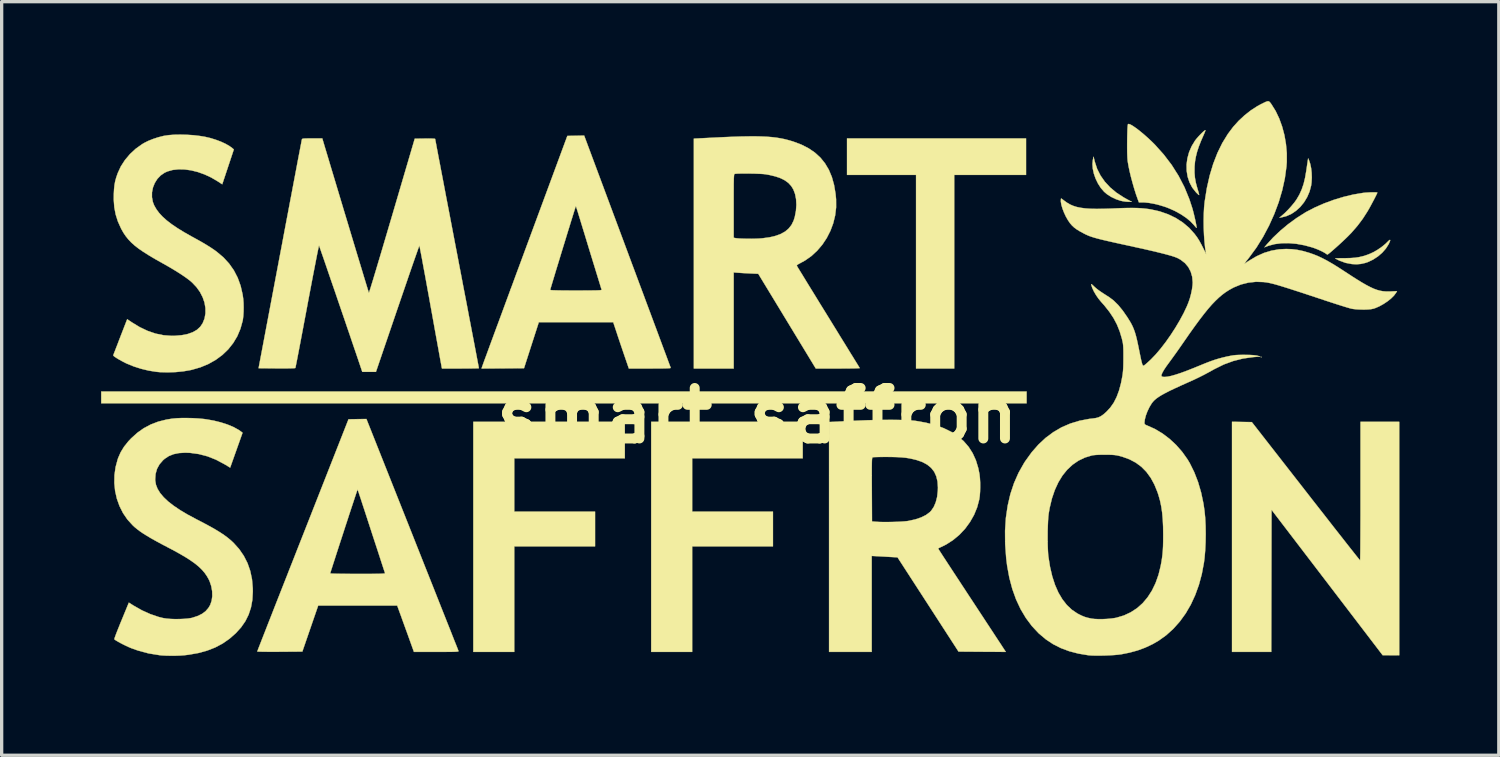
<source format=kicad_pcb>
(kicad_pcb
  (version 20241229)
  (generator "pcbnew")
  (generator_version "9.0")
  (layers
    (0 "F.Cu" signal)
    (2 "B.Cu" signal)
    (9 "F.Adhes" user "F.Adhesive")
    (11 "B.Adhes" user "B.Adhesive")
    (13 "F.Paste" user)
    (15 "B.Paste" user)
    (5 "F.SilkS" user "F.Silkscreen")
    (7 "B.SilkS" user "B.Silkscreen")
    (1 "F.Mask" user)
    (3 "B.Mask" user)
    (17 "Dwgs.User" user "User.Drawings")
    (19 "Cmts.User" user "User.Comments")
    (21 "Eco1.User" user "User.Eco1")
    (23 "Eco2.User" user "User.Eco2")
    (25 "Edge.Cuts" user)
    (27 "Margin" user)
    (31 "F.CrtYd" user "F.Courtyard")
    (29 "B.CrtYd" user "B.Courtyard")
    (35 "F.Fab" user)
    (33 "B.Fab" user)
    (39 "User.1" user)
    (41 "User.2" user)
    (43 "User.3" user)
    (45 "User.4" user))
  (footprint "smart_saffron"
    (layer "F.Cu")
    (at 19.8 9.492)
    (property "Reference" "smart_saffron" (at 0 0 0) (layer "F.SilkS") (effects (font (size 1.524 1.524) (thickness 0.3))))
    (attr through_hole)
    (fp_poly (pts (xy 8.128 -0.373) (xy -19.795 -0.373) (xy -19.795 -0.728) (xy 8.128 -0.728) (xy 8.128 -0.373)) (stroke (width 0.01) (type solid)) (fill yes) (layer "F.SilkS"))
    (fp_poly (pts (xy 15.217 -1.772) (xy 15.215 -1.762) (xy 15.206 -1.761) (xy 15.192 -1.767) (xy 15.195 -1.772) (xy 15.215 -1.774) (xy 15.217 -1.772)) (stroke (width 0.01) (type solid)) (fill yes) (layer "F.SilkS"))
    (fp_poly (pts (xy 8.111 -7.264) (xy 5.944 -7.264) (xy 5.944 -1.422) (xy 4.792 -1.422) (xy 4.792 -7.264) (xy 2.709 -7.264) (xy 2.709 -8.365) (xy 8.111 -8.365) (xy 8.111 -7.264)) (stroke (width 0.01) (type solid)) (fill yes) (layer "F.SilkS"))
    (fp_poly (pts (xy -3.996 1.287) (xy -7.332 1.287) (xy -7.332 2.896) (xy -4.894 2.896) (xy -4.894 3.945) (xy -7.332 3.945) (xy -7.332 7.129) (xy -8.568 7.129) (xy -8.568 0.186) (xy -3.996 0.186) (xy -3.996 1.287)) (stroke (width 0.01) (type solid)) (fill yes) (layer "F.SilkS"))
    (fp_poly (pts (xy 1.372 1.287) (xy -1.964 1.287) (xy -1.964 2.896) (xy 0.474 2.896) (xy 0.474 3.945) (xy -1.964 3.945) (xy -1.964 7.129) (xy -3.2 7.129) (xy -3.2 0.186) (xy 1.372 0.186) (xy 1.372 1.287)) (stroke (width 0.01) (type solid)) (fill yes) (layer "F.SilkS"))
    (fp_poly (pts (xy 10.186 -7.66) (xy 10.256 -7.446) (xy 10.358 -7.245) (xy 10.489 -7.058) (xy 10.651 -6.884) (xy 10.842 -6.725) (xy 11.063 -6.582) (xy 11.15 -6.533) (xy 11.303 -6.452) (xy 11.193 -6.453) (xy 11.117 -6.458) (xy 11.03 -6.471) (xy 10.96 -6.486) (xy 10.819 -6.534) (xy 10.68 -6.601) (xy 10.554 -6.682) (xy 10.466 -6.757) (xy 10.367 -6.871) (xy 10.282 -7.004) (xy 10.211 -7.15) (xy 10.158 -7.301) (xy 10.125 -7.452) (xy 10.115 -7.594) (xy 10.127 -7.715) (xy 10.148 -7.815) (xy 10.186 -7.66)) (stroke (width 0.01) (type solid)) (fill yes) (layer "F.SilkS"))
    (fp_poly (pts (xy 16.653 -7.697) (xy 16.687 -7.595) (xy 16.713 -7.469) (xy 16.729 -7.329) (xy 16.734 -7.184) (xy 16.727 -7.045) (xy 16.714 -6.945) (xy 16.667 -6.765) (xy 16.594 -6.595) (xy 16.5 -6.439) (xy 16.387 -6.3) (xy 16.258 -6.182) (xy 16.117 -6.087) (xy 15.967 -6.02) (xy 15.833 -5.986) (xy 15.756 -5.974) (xy 15.824 -6.029) (xy 15.919 -6.113) (xy 16.02 -6.214) (xy 16.118 -6.322) (xy 16.207 -6.43) (xy 16.275 -6.525) (xy 16.36 -6.671) (xy 16.429 -6.824) (xy 16.486 -6.99) (xy 16.531 -7.177) (xy 16.568 -7.391) (xy 16.569 -7.4) (xy 16.582 -7.487) (xy 16.594 -7.572) (xy 16.605 -7.642) (xy 16.61 -7.679) (xy 16.623 -7.764) (xy 16.653 -7.697)) (stroke (width 0.01) (type solid)) (fill yes) (layer "F.SilkS"))
    (fp_poly (pts (xy 19.1 -5.299) (xy 19.093 -5.267) (xy 19.068 -5.207) (xy 19.051 -5.172) (xy 18.968 -5.041) (xy 18.858 -4.916) (xy 18.728 -4.804) (xy 18.583 -4.709) (xy 18.43 -4.636) (xy 18.347 -4.608) (xy 18.214 -4.578) (xy 18.087 -4.567) (xy 17.948 -4.574) (xy 17.946 -4.574) (xy 17.751 -4.611) (xy 17.568 -4.678) (xy 17.54 -4.692) (xy 17.489 -4.718) (xy 17.454 -4.737) (xy 17.441 -4.746) (xy 17.457 -4.747) (xy 17.502 -4.748) (xy 17.569 -4.75) (xy 17.654 -4.75) (xy 17.733 -4.751) (xy 17.898 -4.755) (xy 18.038 -4.765) (xy 18.163 -4.784) (xy 18.284 -4.813) (xy 18.409 -4.853) (xy 18.468 -4.876) (xy 18.592 -4.932) (xy 18.722 -5.007) (xy 18.847 -5.094) (xy 18.956 -5.183) (xy 19.003 -5.229) (xy 19.055 -5.28) (xy 19.087 -5.303) (xy 19.1 -5.299)) (stroke (width 0.01) (type solid)) (fill yes) (layer "F.SilkS"))
    (fp_poly (pts (xy 14.625 0.19) (xy 14.924 0.195) (xy 16.551 2.281) (xy 16.733 2.515) (xy 16.91 2.741) (xy 17.081 2.959) (xy 17.243 3.167) (xy 17.396 3.363) (xy 17.539 3.545) (xy 17.672 3.714) (xy 17.791 3.866) (xy 17.897 4.001) (xy 17.989 4.117) (xy 18.065 4.213) (xy 18.124 4.287) (xy 18.165 4.338) (xy 18.187 4.364) (xy 18.191 4.368) (xy 18.192 4.352) (xy 18.194 4.303) (xy 18.195 4.225) (xy 18.197 4.119) (xy 18.198 3.988) (xy 18.199 3.832) (xy 18.2 3.656) (xy 18.201 3.459) (xy 18.202 3.245) (xy 18.203 3.016) (xy 18.203 2.772) (xy 18.203 2.518) (xy 18.203 2.278) (xy 18.203 0.186) (xy 19.372 0.186) (xy 19.372 7.231) (xy 18.872 7.229) (xy 17.196 5.035) (xy 15.519 2.841) (xy 15.515 4.985) (xy 15.511 7.129) (xy 14.326 7.129) (xy 14.326 0.185) (xy 14.625 0.19)) (stroke (width 0.01) (type solid)) (fill yes) (layer "F.SilkS"))
    (fp_poly (pts (xy 13.523 -8.615) (xy 13.521 -8.596) (xy 13.506 -8.555) (xy 13.483 -8.5) (xy 13.479 -8.49) (xy 13.392 -8.293) (xy 13.324 -8.119) (xy 13.272 -7.961) (xy 13.235 -7.813) (xy 13.21 -7.67) (xy 13.197 -7.526) (xy 13.196 -7.493) (xy 13.195 -7.329) (xy 13.207 -7.179) (xy 13.234 -7.029) (xy 13.278 -6.867) (xy 13.293 -6.817) (xy 13.314 -6.75) (xy 13.328 -6.696) (xy 13.334 -6.663) (xy 13.334 -6.656) (xy 13.319 -6.664) (xy 13.288 -6.691) (xy 13.246 -6.732) (xy 13.236 -6.743) (xy 13.126 -6.883) (xy 13.043 -7.04) (xy 12.987 -7.21) (xy 12.958 -7.39) (xy 12.955 -7.576) (xy 12.98 -7.764) (xy 13.031 -7.951) (xy 13.109 -8.132) (xy 13.214 -8.304) (xy 13.215 -8.304) (xy 13.253 -8.353) (xy 13.302 -8.41) (xy 13.355 -8.467) (xy 13.409 -8.522) (xy 13.457 -8.568) (xy 13.496 -8.601) (xy 13.519 -8.615) (xy 13.523 -8.615)) (stroke (width 0.01) (type solid)) (fill yes) (layer "F.SilkS"))
    (fp_poly (pts (xy 18.654 -6.739) (xy 18.696 -6.736) (xy 18.711 -6.731) (xy 18.704 -6.709) (xy 18.682 -6.663) (xy 18.65 -6.599) (xy 18.611 -6.522) (xy 18.566 -6.438) (xy 18.52 -6.351) (xy 18.475 -6.269) (xy 18.433 -6.196) (xy 18.415 -6.165) (xy 18.27 -5.939) (xy 18.112 -5.729) (xy 17.934 -5.524) (xy 17.836 -5.423) (xy 17.771 -5.359) (xy 17.695 -5.287) (xy 17.614 -5.211) (xy 17.53 -5.134) (xy 17.448 -5.061) (xy 17.372 -4.994) (xy 17.306 -4.937) (xy 17.253 -4.893) (xy 17.217 -4.867) (xy 17.205 -4.86) (xy 17.186 -4.87) (xy 17.162 -4.887) (xy 17.104 -4.924) (xy 17.023 -4.966) (xy 16.926 -5.01) (xy 16.822 -5.051) (xy 16.746 -5.077) (xy 16.506 -5.142) (xy 16.269 -5.185) (xy 16.038 -5.205) (xy 15.818 -5.202) (xy 15.613 -5.176) (xy 15.428 -5.127) (xy 15.386 -5.111) (xy 15.304 -5.079) (xy 15.377 -5.167) (xy 15.567 -5.375) (xy 15.785 -5.581) (xy 16.022 -5.779) (xy 16.273 -5.962) (xy 16.53 -6.125) (xy 16.565 -6.146) (xy 16.819 -6.278) (xy 17.096 -6.4) (xy 17.387 -6.508) (xy 17.685 -6.599) (xy 17.978 -6.67) (xy 18.26 -6.718) (xy 18.288 -6.722) (xy 18.358 -6.729) (xy 18.437 -6.734) (xy 18.518 -6.738) (xy 18.592 -6.739) (xy 18.654 -6.739)) (stroke (width 0.01) (type solid)) (fill yes) (layer "F.SilkS"))
    (fp_poly (pts (xy 11.253 -8.788) (xy 11.314 -8.755) (xy 11.391 -8.704) (xy 11.479 -8.64) (xy 11.577 -8.562) (xy 11.681 -8.475) (xy 11.788 -8.38) (xy 11.895 -8.28) (xy 11.999 -8.177) (xy 12.267 -7.878) (xy 12.506 -7.564) (xy 12.714 -7.235) (xy 12.892 -6.891) (xy 13.039 -6.531) (xy 13.13 -6.253) (xy 13.151 -6.175) (xy 13.174 -6.086) (xy 13.196 -5.993) (xy 13.217 -5.901) (xy 13.234 -5.816) (xy 13.248 -5.745) (xy 13.256 -5.693) (xy 13.257 -5.667) (xy 13.256 -5.665) (xy 13.244 -5.675) (xy 13.216 -5.705) (xy 13.179 -5.749) (xy 13.176 -5.753) (xy 13.072 -5.863) (xy 12.939 -5.972) (xy 12.784 -6.076) (xy 12.611 -6.172) (xy 12.427 -6.255) (xy 12.294 -6.305) (xy 12.135 -6.353) (xy 11.977 -6.392) (xy 11.827 -6.419) (xy 11.695 -6.433) (xy 11.644 -6.435) (xy 11.517 -6.435) (xy 11.484 -6.524) (xy 11.429 -6.679) (xy 11.375 -6.85) (xy 11.324 -7.028) (xy 11.276 -7.206) (xy 11.235 -7.377) (xy 11.203 -7.534) (xy 11.18 -7.668) (xy 11.175 -7.707) (xy 11.17 -7.771) (xy 11.166 -7.857) (xy 11.163 -7.96) (xy 11.162 -8.075) (xy 11.162 -8.196) (xy 11.163 -8.319) (xy 11.165 -8.437) (xy 11.168 -8.548) (xy 11.171 -8.644) (xy 11.176 -8.721) (xy 11.182 -8.773) (xy 11.187 -8.795) (xy 11.209 -8.802) (xy 11.253 -8.788)) (stroke (width 0.01) (type solid)) (fill yes) (layer "F.SilkS"))
    (fp_poly (pts (xy -3.921 -4.958) (xy -3.798 -4.627) (xy -3.677 -4.304) (xy -3.561 -3.991) (xy -3.448 -3.69) (xy -3.341 -3.401) (xy -3.238 -3.126) (xy -3.142 -2.867) (xy -3.051 -2.624) (xy -2.968 -2.4) (xy -2.892 -2.196) (xy -2.824 -2.013) (xy -2.764 -1.853) (xy -2.714 -1.718) (xy -2.673 -1.607) (xy -2.642 -1.524) (xy -2.621 -1.47) (xy -2.612 -1.445) (xy -2.612 -1.444) (xy -2.616 -1.438) (xy -2.636 -1.433) (xy -2.674 -1.43) (xy -2.733 -1.427) (xy -2.814 -1.425) (xy -2.922 -1.423) (xy -3.058 -1.423) (xy -3.225 -1.422) (xy -3.239 -1.422) (xy -3.874 -1.422) (xy -3.986 -1.748) (xy -4.028 -1.87) (xy -4.076 -2.012) (xy -4.127 -2.162) (xy -4.177 -2.311) (xy -4.222 -2.445) (xy -4.222 -2.447) (xy -4.346 -2.819) (xy -6.591 -2.819) (xy -6.815 -2.125) (xy -7.038 -1.431) (xy -7.678 -1.426) (xy -8.318 -1.422) (xy -8.308 -1.46) (xy -8.301 -1.48) (xy -8.283 -1.529) (xy -8.255 -1.608) (xy -8.216 -1.714) (xy -8.167 -1.845) (xy -8.11 -2.002) (xy -8.044 -2.181) (xy -7.97 -2.382) (xy -7.889 -2.602) (xy -7.8 -2.842) (xy -7.705 -3.099) (xy -7.605 -3.371) (xy -7.499 -3.658) (xy -7.449 -3.794) (xy -6.248 -3.794) (xy -6.233 -3.789) (xy -6.185 -3.785) (xy -6.104 -3.782) (xy -5.992 -3.779) (xy -5.846 -3.777) (xy -5.667 -3.776) (xy -5.468 -3.776) (xy -5.279 -3.776) (xy -5.121 -3.777) (xy -4.993 -3.778) (xy -4.891 -3.779) (xy -4.813 -3.781) (xy -4.757 -3.784) (xy -4.72 -3.788) (xy -4.7 -3.792) (xy -4.695 -3.797) (xy -4.695 -3.798) (xy -4.701 -3.817) (xy -4.717 -3.866) (xy -4.74 -3.942) (xy -4.771 -4.043) (xy -4.809 -4.167) (xy -4.853 -4.31) (xy -4.902 -4.47) (xy -4.956 -4.645) (xy -5.013 -4.831) (xy -5.073 -5.027) (xy -5.079 -5.046) (xy -5.15 -5.28) (xy -5.212 -5.484) (xy -5.266 -5.659) (xy -5.312 -5.809) (xy -5.35 -5.934) (xy -5.382 -6.037) (xy -5.407 -6.12) (xy -5.428 -6.186) (xy -5.443 -6.235) (xy -5.455 -6.271) (xy -5.463 -6.295) (xy -5.469 -6.31) (xy -5.472 -6.317) (xy -5.474 -6.319) (xy -5.475 -6.318) (xy -5.476 -6.315) (xy -5.477 -6.314) (xy -5.483 -6.297) (xy -5.498 -6.251) (xy -5.521 -6.178) (xy -5.551 -6.082) (xy -5.587 -5.965) (xy -5.629 -5.831) (xy -5.674 -5.683) (xy -5.724 -5.524) (xy -5.775 -5.356) (xy -5.828 -5.183) (xy -5.882 -5.008) (xy -5.935 -4.834) (xy -5.987 -4.663) (xy -6.037 -4.5) (xy -6.084 -4.346) (xy -6.126 -4.205) (xy -6.164 -4.079) (xy -6.196 -3.973) (xy -6.221 -3.889) (xy -6.239 -3.829) (xy -6.248 -3.798) (xy -6.248 -3.794) (xy -7.449 -3.794) (xy -7.388 -3.957) (xy -7.274 -4.268) (xy -7.155 -4.588) (xy -7.033 -4.918) (xy -7.014 -4.97) (xy -5.73 -8.441) (xy -5.476 -8.446) (xy -5.223 -8.451) (xy -3.921 -4.958)) (stroke (width 0.01) (type solid)) (fill yes) (layer "F.SilkS"))
    (fp_poly (pts (xy 4.255 0.129) (xy 4.437 0.134) (xy 4.594 0.141) (xy 4.722 0.151) (xy 4.781 0.158) (xy 5.092 0.213) (xy 5.374 0.286) (xy 5.629 0.379) (xy 5.856 0.49) (xy 6.057 0.621) (xy 6.231 0.772) (xy 6.379 0.943) (xy 6.501 1.135) (xy 6.598 1.348) (xy 6.669 1.582) (xy 6.707 1.77) (xy 6.719 1.883) (xy 6.727 2.016) (xy 6.728 2.157) (xy 6.724 2.297) (xy 6.714 2.424) (xy 6.699 2.528) (xy 6.636 2.766) (xy 6.542 2.995) (xy 6.419 3.211) (xy 6.272 3.412) (xy 6.101 3.594) (xy 5.91 3.753) (xy 5.702 3.887) (xy 5.588 3.945) (xy 5.529 3.972) (xy 5.483 3.994) (xy 5.459 4.005) (xy 5.456 4.006) (xy 5.465 4.02) (xy 5.49 4.061) (xy 5.532 4.126) (xy 5.588 4.213) (xy 5.658 4.32) (xy 5.74 4.446) (xy 5.833 4.588) (xy 5.936 4.745) (xy 6.047 4.914) (xy 6.164 5.093) (xy 6.288 5.281) (xy 6.301 5.302) (xy 6.43 5.498) (xy 6.557 5.691) (xy 6.68 5.879) (xy 6.798 6.058) (xy 6.908 6.226) (xy 7.01 6.381) (xy 7.102 6.521) (xy 7.181 6.642) (xy 7.247 6.742) (xy 7.297 6.818) (xy 7.326 6.862) (xy 7.5 7.129) (xy 6.787 7.125) (xy 6.074 7.12) (xy 5.154 5.698) (xy 4.233 4.276) (xy 4.034 4.265) (xy 3.929 4.259) (xy 3.81 4.252) (xy 3.697 4.246) (xy 3.645 4.243) (xy 3.454 4.233) (xy 3.454 7.129) (xy 2.167 7.129) (xy 2.167 1.676) (xy 3.457 1.676) (xy 3.457 1.814) (xy 3.457 1.981) (xy 3.458 2.179) (xy 3.458 2.23) (xy 3.463 3.192) (xy 3.598 3.203) (xy 3.693 3.208) (xy 3.808 3.21) (xy 3.938 3.21) (xy 4.074 3.208) (xy 4.208 3.204) (xy 4.335 3.198) (xy 4.445 3.19) (xy 4.533 3.181) (xy 4.564 3.176) (xy 4.768 3.131) (xy 4.943 3.072) (xy 5.089 3) (xy 5.205 2.914) (xy 5.248 2.87) (xy 5.326 2.756) (xy 5.386 2.616) (xy 5.428 2.452) (xy 5.449 2.266) (xy 5.452 2.167) (xy 5.44 1.987) (xy 5.402 1.829) (xy 5.339 1.692) (xy 5.248 1.576) (xy 5.13 1.479) (xy 4.984 1.4) (xy 4.809 1.339) (xy 4.806 1.338) (xy 4.692 1.31) (xy 4.583 1.287) (xy 4.472 1.27) (xy 4.353 1.259) (xy 4.218 1.251) (xy 4.062 1.247) (xy 3.929 1.246) (xy 3.812 1.246) (xy 3.706 1.247) (xy 3.615 1.249) (xy 3.544 1.251) (xy 3.498 1.254) (xy 3.484 1.257) (xy 3.478 1.261) (xy 3.472 1.27) (xy 3.468 1.285) (xy 3.464 1.311) (xy 3.461 1.349) (xy 3.459 1.402) (xy 3.458 1.472) (xy 3.457 1.562) (xy 3.457 1.676) (xy 2.167 1.676) (xy 2.167 0.192) (xy 2.815 0.16) (xy 3.08 0.148) (xy 3.339 0.138) (xy 3.59 0.132) (xy 3.828 0.128) (xy 4.051 0.127) (xy 4.255 0.129)) (stroke (width 0.01) (type solid)) (fill yes) (layer "F.SilkS"))
    (fp_poly (pts (xy 0.118 -8.424) (xy 0.283 -8.417) (xy 0.434 -8.405) (xy 0.573 -8.389) (xy 0.702 -8.368) (xy 0.826 -8.343) (xy 0.946 -8.312) (xy 1.065 -8.277) (xy 1.09 -8.269) (xy 1.334 -8.177) (xy 1.551 -8.066) (xy 1.741 -7.936) (xy 1.906 -7.785) (xy 2.045 -7.613) (xy 2.16 -7.419) (xy 2.251 -7.202) (xy 2.318 -6.961) (xy 2.363 -6.695) (xy 2.379 -6.527) (xy 2.38 -6.284) (xy 2.351 -6.043) (xy 2.293 -5.806) (xy 2.208 -5.578) (xy 2.098 -5.362) (xy 1.965 -5.161) (xy 1.81 -4.979) (xy 1.636 -4.818) (xy 1.445 -4.683) (xy 1.316 -4.612) (xy 1.246 -4.575) (xy 1.204 -4.546) (xy 1.193 -4.526) (xy 1.193 -4.525) (xy 1.203 -4.508) (xy 1.229 -4.464) (xy 1.271 -4.395) (xy 1.328 -4.303) (xy 1.397 -4.19) (xy 1.478 -4.057) (xy 1.57 -3.907) (xy 1.672 -3.742) (xy 1.782 -3.563) (xy 1.899 -3.372) (xy 2.023 -3.172) (xy 2.144 -2.976) (xy 2.272 -2.768) (xy 2.395 -2.569) (xy 2.511 -2.379) (xy 2.621 -2.202) (xy 2.722 -2.038) (xy 2.813 -1.889) (xy 2.894 -1.759) (xy 2.962 -1.648) (xy 3.018 -1.558) (xy 3.059 -1.491) (xy 3.084 -1.45) (xy 3.093 -1.435) (xy 3.079 -1.432) (xy 3.034 -1.43) (xy 2.962 -1.427) (xy 2.867 -1.425) (xy 2.753 -1.424) (xy 2.622 -1.423) (xy 2.479 -1.422) (xy 2.434 -1.422) (xy 1.767 -1.422) (xy 0.031 -4.28) (xy -0.209 -4.291) (xy -0.31 -4.296) (xy -0.412 -4.301) (xy -0.504 -4.307) (xy -0.574 -4.312) (xy -0.58 -4.312) (xy -0.711 -4.322) (xy -0.711 -1.422) (xy -1.913 -1.422) (xy -1.913 -6.325) (xy -0.711 -6.325) (xy -0.711 -5.369) (xy -0.673 -5.36) (xy -0.617 -5.352) (xy -0.533 -5.345) (xy -0.43 -5.341) (xy -0.314 -5.338) (xy -0.193 -5.338) (xy -0.073 -5.339) (xy 0.038 -5.343) (xy 0.134 -5.35) (xy 0.155 -5.352) (xy 0.37 -5.381) (xy 0.555 -5.425) (xy 0.712 -5.483) (xy 0.844 -5.557) (xy 0.95 -5.648) (xy 1.035 -5.757) (xy 1.098 -5.886) (xy 1.133 -5.997) (xy 1.168 -6.18) (xy 1.181 -6.36) (xy 1.172 -6.532) (xy 1.141 -6.689) (xy 1.09 -6.825) (xy 1.024 -6.931) (xy 0.94 -7.022) (xy 0.835 -7.099) (xy 0.707 -7.164) (xy 0.552 -7.218) (xy 0.369 -7.262) (xy 0.246 -7.284) (xy 0.192 -7.29) (xy 0.116 -7.295) (xy 0.021 -7.299) (xy -0.085 -7.303) (xy -0.198 -7.305) (xy -0.311 -7.306) (xy -0.418 -7.306) (xy -0.515 -7.305) (xy -0.595 -7.303) (xy -0.653 -7.299) (xy -0.682 -7.295) (xy -0.688 -7.29) (xy -0.693 -7.281) (xy -0.698 -7.265) (xy -0.701 -7.239) (xy -0.704 -7.2) (xy -0.707 -7.146) (xy -0.708 -7.075) (xy -0.71 -6.983) (xy -0.71 -6.867) (xy -0.711 -6.727) (xy -0.711 -6.558) (xy -0.711 -6.358) (xy -0.711 -6.325) (xy -1.913 -6.325) (xy -1.913 -8.359) (xy -1.333 -8.388) (xy -1.023 -8.403) (xy -0.744 -8.415) (xy -0.493 -8.423) (xy -0.268 -8.427) (xy -0.065 -8.428) (xy 0.118 -8.424)) (stroke (width 0.01) (type solid)) (fill yes) (layer "F.SilkS"))
    (fp_poly (pts (xy -10.409 3.585) (xy -10.279 3.914) (xy -10.151 4.236) (xy -10.028 4.547) (xy -9.908 4.848) (xy -9.794 5.135) (xy -9.685 5.41) (xy -9.583 5.668) (xy -9.487 5.91) (xy -9.398 6.134) (xy -9.317 6.338) (xy -9.244 6.521) (xy -9.181 6.682) (xy -9.127 6.819) (xy -9.082 6.93) (xy -9.049 7.014) (xy -9.027 7.071) (xy -9.016 7.097) (xy -9.016 7.099) (xy -9.014 7.107) (xy -9.019 7.113) (xy -9.033 7.118) (xy -9.058 7.121) (xy -9.098 7.124) (xy -9.157 7.126) (xy -9.235 7.128) (xy -9.338 7.128) (xy -9.468 7.129) (xy -9.628 7.129) (xy -9.682 7.129) (xy -10.359 7.129) (xy -10.525 6.668) (xy -10.573 6.534) (xy -10.623 6.397) (xy -10.671 6.265) (xy -10.715 6.143) (xy -10.752 6.039) (xy -10.778 5.969) (xy -10.864 5.732) (xy -13.249 5.732) (xy -13.488 6.426) (xy -13.727 7.12) (xy -14.407 7.125) (xy -14.555 7.126) (xy -14.692 7.126) (xy -14.815 7.125) (xy -14.919 7.124) (xy -15.001 7.122) (xy -15.057 7.12) (xy -15.085 7.117) (xy -15.087 7.116) (xy -15.081 7.1) (xy -15.063 7.053) (xy -15.034 6.977) (xy -14.994 6.875) (xy -14.944 6.746) (xy -14.884 6.593) (xy -14.815 6.417) (xy -14.738 6.22) (xy -14.652 6.002) (xy -14.56 5.766) (xy -14.46 5.512) (xy -14.354 5.243) (xy -14.242 4.959) (xy -14.164 4.76) (xy -12.886 4.76) (xy -12.87 4.763) (xy -12.822 4.766) (xy -12.745 4.769) (xy -12.642 4.771) (xy -12.515 4.773) (xy -12.366 4.774) (xy -12.199 4.775) (xy -12.055 4.775) (xy -11.861 4.775) (xy -11.699 4.775) (xy -11.566 4.774) (xy -11.459 4.773) (xy -11.377 4.771) (xy -11.315 4.768) (xy -11.272 4.765) (xy -11.246 4.762) (xy -11.234 4.757) (xy -11.232 4.753) (xy -11.238 4.733) (xy -11.255 4.684) (xy -11.28 4.608) (xy -11.313 4.507) (xy -11.353 4.384) (xy -11.399 4.242) (xy -11.451 4.082) (xy -11.508 3.908) (xy -11.569 3.723) (xy -11.633 3.527) (xy -11.64 3.504) (xy -11.716 3.271) (xy -11.782 3.068) (xy -11.839 2.893) (xy -11.888 2.744) (xy -11.929 2.619) (xy -11.962 2.516) (xy -11.99 2.433) (xy -12.012 2.367) (xy -12.028 2.317) (xy -12.041 2.281) (xy -12.049 2.257) (xy -12.055 2.242) (xy -12.059 2.234) (xy -12.061 2.232) (xy -12.062 2.233) (xy -12.063 2.236) (xy -12.064 2.237) (xy -12.07 2.254) (xy -12.086 2.3) (xy -12.11 2.372) (xy -12.142 2.468) (xy -12.18 2.584) (xy -12.224 2.717) (xy -12.273 2.865) (xy -12.325 3.023) (xy -12.379 3.19) (xy -12.436 3.363) (xy -12.492 3.537) (xy -12.549 3.711) (xy -12.605 3.882) (xy -12.658 4.046) (xy -12.708 4.2) (xy -12.753 4.341) (xy -12.794 4.467) (xy -12.828 4.574) (xy -12.856 4.66) (xy -12.875 4.721) (xy -12.885 4.754) (xy -12.886 4.76) (xy -14.164 4.76) (xy -14.126 4.662) (xy -14.004 4.354) (xy -13.879 4.035) (xy -13.75 3.708) (xy -13.71 3.607) (xy -12.334 0.11) (xy -12.063 0.105) (xy -11.793 0.101) (xy -10.409 3.585)) (stroke (width 0.01) (type solid)) (fill yes) (layer "F.SilkS"))
    (fp_poly (pts (xy -17.209 -8.475) (xy -17.01 -8.462) (xy -16.817 -8.439) (xy -16.665 -8.414) (xy -16.503 -8.376) (xy -16.341 -8.326) (xy -16.186 -8.268) (xy -16.045 -8.203) (xy -15.925 -8.134) (xy -15.839 -8.071) (xy -15.794 -8.033) (xy -15.969 -7.507) (xy -16.144 -6.981) (xy -16.285 -7.073) (xy -16.479 -7.187) (xy -16.68 -7.28) (xy -16.882 -7.352) (xy -17.083 -7.402) (xy -17.278 -7.429) (xy -17.465 -7.433) (xy -17.638 -7.414) (xy -17.795 -7.37) (xy -17.882 -7.331) (xy -18.003 -7.248) (xy -18.103 -7.142) (xy -18.181 -7.018) (xy -18.235 -6.882) (xy -18.264 -6.738) (xy -18.265 -6.592) (xy -18.238 -6.448) (xy -18.197 -6.342) (xy -18.13 -6.226) (xy -18.047 -6.114) (xy -17.944 -6.003) (xy -17.819 -5.891) (xy -17.671 -5.777) (xy -17.497 -5.659) (xy -17.295 -5.535) (xy -17.062 -5.403) (xy -17.042 -5.392) (xy -16.869 -5.297) (xy -16.721 -5.213) (xy -16.595 -5.137) (xy -16.484 -5.067) (xy -16.385 -5) (xy -16.312 -4.947) (xy -16.11 -4.777) (xy -15.938 -4.59) (xy -15.793 -4.384) (xy -15.677 -4.16) (xy -15.589 -3.917) (xy -15.529 -3.655) (xy -15.51 -3.521) (xy -15.501 -3.404) (xy -15.498 -3.273) (xy -15.5 -3.138) (xy -15.508 -3.01) (xy -15.521 -2.9) (xy -15.528 -2.862) (xy -15.595 -2.621) (xy -15.69 -2.396) (xy -15.814 -2.189) (xy -15.964 -2) (xy -16.139 -1.832) (xy -16.338 -1.685) (xy -16.559 -1.56) (xy -16.801 -1.459) (xy -17.064 -1.383) (xy -17.104 -1.374) (xy -17.32 -1.337) (xy -17.553 -1.314) (xy -17.792 -1.306) (xy -18.021 -1.312) (xy -18.136 -1.323) (xy -18.363 -1.359) (xy -18.595 -1.415) (xy -18.82 -1.487) (xy -19.028 -1.572) (xy -19.074 -1.595) (xy -19.169 -1.644) (xy -19.256 -1.692) (xy -19.33 -1.737) (xy -19.388 -1.775) (xy -19.423 -1.804) (xy -19.433 -1.82) (xy -19.426 -1.84) (xy -19.408 -1.887) (xy -19.38 -1.958) (xy -19.345 -2.049) (xy -19.303 -2.157) (xy -19.257 -2.278) (xy -19.22 -2.374) (xy -19.012 -2.91) (xy -18.876 -2.818) (xy -18.634 -2.671) (xy -18.394 -2.557) (xy -18.154 -2.475) (xy -17.914 -2.426) (xy -17.67 -2.408) (xy -17.568 -2.41) (xy -17.362 -2.428) (xy -17.183 -2.464) (xy -17.032 -2.518) (xy -16.907 -2.59) (xy -16.808 -2.681) (xy -16.735 -2.788) (xy -16.677 -2.933) (xy -16.65 -3.088) (xy -16.651 -3.249) (xy -16.679 -3.412) (xy -16.735 -3.574) (xy -16.816 -3.731) (xy -16.922 -3.879) (xy -17.051 -4.015) (xy -17.098 -4.057) (xy -17.221 -4.152) (xy -17.369 -4.254) (xy -17.545 -4.366) (xy -17.749 -4.488) (xy -17.956 -4.605) (xy -18.173 -4.727) (xy -18.361 -4.839) (xy -18.524 -4.942) (xy -18.665 -5.039) (xy -18.785 -5.132) (xy -18.888 -5.224) (xy -18.977 -5.318) (xy -19.055 -5.415) (xy -19.124 -5.517) (xy -19.187 -5.628) (xy -19.201 -5.656) (xy -19.294 -5.863) (xy -19.36 -6.072) (xy -19.401 -6.289) (xy -19.418 -6.521) (xy -19.416 -6.689) (xy -19.408 -6.836) (xy -19.395 -6.961) (xy -19.374 -7.074) (xy -19.343 -7.186) (xy -19.301 -7.307) (xy -19.299 -7.314) (xy -19.204 -7.52) (xy -19.079 -7.714) (xy -18.928 -7.893) (xy -18.754 -8.054) (xy -18.559 -8.193) (xy -18.5 -8.228) (xy -18.379 -8.289) (xy -18.235 -8.347) (xy -18.081 -8.398) (xy -17.928 -8.437) (xy -17.907 -8.442) (xy -17.762 -8.464) (xy -17.593 -8.477) (xy -17.406 -8.48) (xy -17.209 -8.475)) (stroke (width 0.01) (type solid)) (fill yes) (layer "F.SilkS"))
    (fp_poly (pts (xy -17.029 0.076) (xy -16.857 0.086) (xy -16.697 0.101) (xy -16.631 0.11) (xy -16.402 0.15) (xy -16.185 0.204) (xy -15.986 0.268) (xy -15.807 0.343) (xy -15.655 0.426) (xy -15.567 0.488) (xy -15.531 0.516) (xy -15.718 1.043) (xy -15.905 1.569) (xy -16.079 1.464) (xy -16.333 1.329) (xy -16.591 1.227) (xy -16.852 1.159) (xy -17.115 1.123) (xy -17.264 1.118) (xy -17.449 1.129) (xy -17.611 1.162) (xy -17.754 1.219) (xy -17.879 1.301) (xy -17.933 1.348) (xy -18.038 1.47) (xy -18.112 1.606) (xy -18.155 1.756) (xy -18.167 1.919) (xy -18.166 1.959) (xy -18.144 2.085) (xy -18.095 2.21) (xy -18.018 2.335) (xy -17.912 2.461) (xy -17.777 2.589) (xy -17.611 2.718) (xy -17.414 2.851) (xy -17.185 2.987) (xy -16.924 3.127) (xy -16.891 3.144) (xy -16.679 3.254) (xy -16.495 3.353) (xy -16.336 3.444) (xy -16.198 3.529) (xy -16.078 3.61) (xy -15.972 3.689) (xy -15.878 3.768) (xy -15.806 3.835) (xy -15.634 4.026) (xy -15.493 4.231) (xy -15.381 4.451) (xy -15.299 4.686) (xy -15.246 4.938) (xy -15.223 5.207) (xy -15.221 5.309) (xy -15.235 5.558) (xy -15.277 5.789) (xy -15.347 6.002) (xy -15.446 6.202) (xy -15.575 6.388) (xy -15.734 6.564) (xy -15.926 6.733) (xy -16.132 6.876) (xy -16.356 6.995) (xy -16.6 7.09) (xy -16.865 7.163) (xy -17.155 7.214) (xy -17.286 7.23) (xy -17.408 7.239) (xy -17.548 7.244) (xy -17.696 7.245) (xy -17.84 7.242) (xy -17.968 7.235) (xy -18.034 7.228) (xy -18.368 7.174) (xy -18.69 7.087) (xy -18.889 7.016) (xy -18.963 6.985) (xy -19.045 6.947) (xy -19.131 6.905) (xy -19.214 6.862) (xy -19.288 6.821) (xy -19.348 6.786) (xy -19.387 6.759) (xy -19.4 6.746) (xy -19.396 6.726) (xy -19.38 6.678) (xy -19.354 6.607) (xy -19.319 6.516) (xy -19.276 6.408) (xy -19.228 6.288) (xy -19.185 6.184) (xy -18.962 5.642) (xy -18.816 5.734) (xy -18.569 5.874) (xy -18.316 5.988) (xy -18.064 6.074) (xy -17.932 6.107) (xy -17.831 6.123) (xy -17.708 6.134) (xy -17.572 6.139) (xy -17.431 6.138) (xy -17.295 6.132) (xy -17.172 6.121) (xy -17.071 6.105) (xy -17.045 6.098) (xy -16.884 6.045) (xy -16.752 5.98) (xy -16.646 5.901) (xy -16.562 5.804) (xy -16.507 5.712) (xy -16.464 5.588) (xy -16.444 5.448) (xy -16.448 5.297) (xy -16.475 5.145) (xy -16.525 4.997) (xy -16.545 4.953) (xy -16.603 4.848) (xy -16.671 4.749) (xy -16.752 4.654) (xy -16.848 4.56) (xy -16.962 4.466) (xy -17.097 4.37) (xy -17.254 4.269) (xy -17.438 4.162) (xy -17.649 4.046) (xy -17.755 3.991) (xy -17.958 3.884) (xy -18.134 3.789) (xy -18.286 3.704) (xy -18.416 3.627) (xy -18.528 3.557) (xy -18.625 3.491) (xy -18.71 3.427) (xy -18.787 3.364) (xy -18.848 3.307) (xy -19.005 3.134) (xy -19.137 2.941) (xy -19.243 2.731) (xy -19.323 2.508) (xy -19.376 2.275) (xy -19.4 2.036) (xy -19.396 1.794) (xy -19.362 1.553) (xy -19.298 1.316) (xy -19.285 1.278) (xy -19.209 1.105) (xy -19.107 0.938) (xy -18.977 0.775) (xy -18.89 0.683) (xy -18.705 0.516) (xy -18.51 0.378) (xy -18.301 0.267) (xy -18.075 0.181) (xy -17.828 0.119) (xy -17.655 0.091) (xy -17.526 0.079) (xy -17.372 0.072) (xy -17.203 0.072) (xy -17.029 0.076)) (stroke (width 0.01) (type solid)) (fill yes) (layer "F.SilkS"))
    (fp_poly (pts (xy -13.101 -8.285) (xy -13.054 -8.126) (xy -13.001 -7.95) (xy -12.943 -7.757) (xy -12.881 -7.549) (xy -12.815 -7.33) (xy -12.746 -7.101) (xy -12.675 -6.864) (xy -12.602 -6.621) (xy -12.528 -6.375) (xy -12.454 -6.128) (xy -12.379 -5.881) (xy -12.306 -5.638) (xy -12.234 -5.399) (xy -12.164 -5.167) (xy -12.097 -4.945) (xy -12.033 -4.734) (xy -11.973 -4.537) (xy -11.918 -4.355) (xy -11.869 -4.192) (xy -11.825 -4.048) (xy -11.788 -3.927) (xy -11.758 -3.829) (xy -11.736 -3.758) (xy -11.723 -3.716) (xy -11.718 -3.704) (xy -11.713 -3.718) (xy -11.698 -3.764) (xy -11.674 -3.838) (xy -11.643 -3.939) (xy -11.604 -4.065) (xy -11.559 -4.215) (xy -11.507 -4.387) (xy -11.45 -4.578) (xy -11.387 -4.788) (xy -11.32 -5.013) (xy -11.249 -5.254) (xy -11.174 -5.507) (xy -11.096 -5.771) (xy -11.021 -6.024) (xy -10.335 -8.357) (xy -10.028 -8.361) (xy -9.919 -8.362) (xy -9.831 -8.361) (xy -9.766 -8.358) (xy -9.728 -8.354) (xy -9.72 -8.35) (xy -9.717 -8.332) (xy -9.707 -8.282) (xy -9.692 -8.203) (xy -9.672 -8.094) (xy -9.646 -7.959) (xy -9.616 -7.798) (xy -9.58 -7.613) (xy -9.541 -7.406) (xy -9.497 -7.178) (xy -9.45 -6.931) (xy -9.4 -6.666) (xy -9.346 -6.385) (xy -9.289 -6.089) (xy -9.23 -5.78) (xy -9.169 -5.46) (xy -9.106 -5.13) (xy -9.059 -4.887) (xy -8.995 -4.551) (xy -8.932 -4.224) (xy -8.872 -3.907) (xy -8.813 -3.602) (xy -8.757 -3.311) (xy -8.705 -3.034) (xy -8.655 -2.775) (xy -8.609 -2.533) (xy -8.566 -2.311) (xy -8.528 -2.111) (xy -8.494 -1.933) (xy -8.465 -1.779) (xy -8.441 -1.652) (xy -8.422 -1.552) (xy -8.408 -1.481) (xy -8.401 -1.441) (xy -8.399 -1.432) (xy -8.415 -1.429) (xy -8.461 -1.427) (xy -8.534 -1.426) (xy -8.628 -1.424) (xy -8.74 -1.423) (xy -8.866 -1.423) (xy -8.956 -1.422) (xy -9.513 -1.422) (xy -9.522 -1.46) (xy -9.526 -1.482) (xy -9.535 -1.535) (xy -9.55 -1.616) (xy -9.57 -1.724) (xy -9.594 -1.857) (xy -9.622 -2.013) (xy -9.654 -2.188) (xy -9.689 -2.381) (xy -9.727 -2.59) (xy -9.767 -2.813) (xy -9.809 -3.047) (xy -9.853 -3.29) (xy -9.858 -3.315) (xy -9.901 -3.558) (xy -9.944 -3.791) (xy -9.984 -4.013) (xy -10.022 -4.221) (xy -10.058 -4.413) (xy -10.09 -4.587) (xy -10.118 -4.741) (xy -10.143 -4.872) (xy -10.164 -4.979) (xy -10.179 -5.059) (xy -10.19 -5.11) (xy -10.195 -5.131) (xy -10.195 -5.131) (xy -10.202 -5.115) (xy -10.219 -5.069) (xy -10.245 -4.995) (xy -10.28 -4.895) (xy -10.324 -4.771) (xy -10.375 -4.625) (xy -10.433 -4.458) (xy -10.497 -4.273) (xy -10.566 -4.071) (xy -10.64 -3.856) (xy -10.718 -3.628) (xy -10.8 -3.389) (xy -10.856 -3.226) (xy -11.506 -1.321) (xy -11.918 -1.321) (xy -11.968 -1.469) (xy -12.009 -1.591) (xy -12.057 -1.733) (xy -12.111 -1.892) (xy -12.171 -2.067) (xy -12.235 -2.255) (xy -12.302 -2.454) (xy -12.373 -2.66) (xy -12.445 -2.873) (xy -12.519 -3.088) (xy -12.593 -3.305) (xy -12.667 -3.521) (xy -12.739 -3.733) (xy -12.81 -3.938) (xy -12.878 -4.135) (xy -12.942 -4.322) (xy -13.001 -4.495) (xy -13.055 -4.652) (xy -13.103 -4.792) (xy -13.145 -4.911) (xy -13.178 -5.007) (xy -13.203 -5.078) (xy -13.218 -5.121) (xy -13.224 -5.135) (xy -13.228 -5.12) (xy -13.238 -5.074) (xy -13.254 -4.999) (xy -13.275 -4.897) (xy -13.3 -4.771) (xy -13.329 -4.621) (xy -13.362 -4.451) (xy -13.399 -4.262) (xy -13.438 -4.056) (xy -13.48 -3.836) (xy -13.524 -3.604) (xy -13.57 -3.362) (xy -13.581 -3.3) (xy -13.627 -3.055) (xy -13.672 -2.819) (xy -13.714 -2.594) (xy -13.754 -2.383) (xy -13.791 -2.188) (xy -13.825 -2.01) (xy -13.855 -1.853) (xy -13.881 -1.717) (xy -13.903 -1.606) (xy -13.92 -1.521) (xy -13.931 -1.465) (xy -13.937 -1.439) (xy -13.937 -1.438) (xy -13.956 -1.434) (xy -14.006 -1.43) (xy -14.084 -1.428) (xy -14.187 -1.426) (xy -14.311 -1.426) (xy -14.454 -1.426) (xy -14.497 -1.426) (xy -15.047 -1.431) (xy -14.399 -4.86) (xy -14.335 -5.196) (xy -14.274 -5.523) (xy -14.214 -5.84) (xy -14.156 -6.145) (xy -14.101 -6.437) (xy -14.048 -6.714) (xy -13.999 -6.975) (xy -13.953 -7.217) (xy -13.911 -7.44) (xy -13.873 -7.642) (xy -13.839 -7.82) (xy -13.809 -7.975) (xy -13.785 -8.103) (xy -13.765 -8.204) (xy -13.752 -8.276) (xy -13.744 -8.317) (xy -13.742 -8.327) (xy -13.737 -8.341) (xy -13.729 -8.35) (xy -13.712 -8.357) (xy -13.681 -8.361) (xy -13.632 -8.364) (xy -13.56 -8.365) (xy -13.46 -8.365) (xy -13.428 -8.365) (xy -13.125 -8.365) (xy -13.101 -8.285)) (stroke (width 0.01) (type solid)) (fill yes) (layer "F.SilkS"))
    (fp_poly (pts (xy 15.454 -9.473) (xy 15.48 -9.445) (xy 15.511 -9.403) (xy 15.519 -9.391) (xy 15.644 -9.19) (xy 15.751 -8.965) (xy 15.839 -8.721) (xy 15.908 -8.462) (xy 15.954 -8.194) (xy 15.979 -7.923) (xy 15.979 -7.653) (xy 15.969 -7.518) (xy 15.921 -7.164) (xy 15.842 -6.804) (xy 15.735 -6.442) (xy 15.601 -6.084) (xy 15.443 -5.733) (xy 15.263 -5.394) (xy 15.063 -5.072) (xy 14.844 -4.773) (xy 14.823 -4.746) (xy 14.773 -4.683) (xy 14.734 -4.632) (xy 14.709 -4.598) (xy 14.701 -4.583) (xy 14.702 -4.584) (xy 14.726 -4.599) (xy 14.769 -4.628) (xy 14.824 -4.664) (xy 14.842 -4.676) (xy 15.067 -4.809) (xy 15.291 -4.91) (xy 15.518 -4.979) (xy 15.75 -5.019) (xy 15.96 -5.029) (xy 16.13 -5.023) (xy 16.294 -5.003) (xy 16.462 -4.968) (xy 16.647 -4.915) (xy 16.666 -4.909) (xy 16.792 -4.865) (xy 16.919 -4.814) (xy 17.05 -4.752) (xy 17.19 -4.679) (xy 17.343 -4.591) (xy 17.513 -4.487) (xy 17.704 -4.363) (xy 17.743 -4.338) (xy 17.937 -4.211) (xy 18.107 -4.103) (xy 18.256 -4.012) (xy 18.387 -3.937) (xy 18.503 -3.877) (xy 18.607 -3.829) (xy 18.703 -3.794) (xy 18.793 -3.769) (xy 18.881 -3.754) (xy 18.969 -3.747) (xy 19.061 -3.746) (xy 19.122 -3.748) (xy 19.305 -3.757) (xy 19.275 -3.705) (xy 19.213 -3.622) (xy 19.125 -3.535) (xy 19.018 -3.449) (xy 18.899 -3.37) (xy 18.774 -3.3) (xy 18.65 -3.246) (xy 18.594 -3.228) (xy 18.522 -3.213) (xy 18.426 -3.204) (xy 18.314 -3.2) (xy 18.197 -3.202) (xy 18.082 -3.208) (xy 17.98 -3.219) (xy 17.936 -3.227) (xy 17.891 -3.238) (xy 17.818 -3.259) (xy 17.722 -3.288) (xy 17.607 -3.324) (xy 17.477 -3.365) (xy 17.336 -3.411) (xy 17.188 -3.459) (xy 17.145 -3.473) (xy 16.879 -3.562) (xy 16.643 -3.64) (xy 16.435 -3.709) (xy 16.252 -3.768) (xy 16.092 -3.82) (xy 15.953 -3.864) (xy 15.834 -3.901) (xy 15.731 -3.932) (xy 15.642 -3.958) (xy 15.566 -3.978) (xy 15.499 -3.994) (xy 15.441 -4.007) (xy 15.388 -4.017) (xy 15.338 -4.024) (xy 15.29 -4.03) (xy 15.285 -4.031) (xy 15.051 -4.039) (xy 14.819 -4.014) (xy 14.593 -3.957) (xy 14.376 -3.868) (xy 14.352 -3.855) (xy 14.243 -3.795) (xy 14.139 -3.729) (xy 14.036 -3.653) (xy 13.933 -3.566) (xy 13.828 -3.466) (xy 13.718 -3.352) (xy 13.603 -3.22) (xy 13.48 -3.068) (xy 13.348 -2.896) (xy 13.204 -2.7) (xy 13.046 -2.479) (xy 12.895 -2.261) (xy 12.811 -2.14) (xy 12.726 -2.018) (xy 12.643 -1.9) (xy 12.565 -1.792) (xy 12.498 -1.699) (xy 12.445 -1.627) (xy 12.438 -1.617) (xy 12.348 -1.494) (xy 12.278 -1.39) (xy 12.229 -1.305) (xy 12.201 -1.241) (xy 12.196 -1.201) (xy 12.197 -1.197) (xy 12.213 -1.179) (xy 12.248 -1.17) (xy 12.3 -1.168) (xy 12.382 -1.176) (xy 12.49 -1.198) (xy 12.623 -1.236) (xy 12.782 -1.288) (xy 12.969 -1.357) (xy 13.184 -1.442) (xy 13.338 -1.505) (xy 13.511 -1.576) (xy 13.661 -1.634) (xy 13.795 -1.681) (xy 13.921 -1.72) (xy 14.045 -1.753) (xy 14.176 -1.784) (xy 14.203 -1.789) (xy 14.292 -1.807) (xy 14.369 -1.82) (xy 14.444 -1.828) (xy 14.526 -1.832) (xy 14.625 -1.834) (xy 14.707 -1.834) (xy 14.859 -1.832) (xy 14.977 -1.825) (xy 15.062 -1.815) (xy 15.088 -1.809) (xy 15.181 -1.785) (xy 14.952 -1.765) (xy 14.657 -1.723) (xy 14.364 -1.649) (xy 14.08 -1.545) (xy 13.81 -1.412) (xy 13.805 -1.41) (xy 13.634 -1.315) (xy 13.481 -1.233) (xy 13.334 -1.159) (xy 13.184 -1.087) (xy 13.019 -1.013) (xy 12.988 -0.999) (xy 12.778 -0.905) (xy 12.598 -0.822) (xy 12.444 -0.749) (xy 12.314 -0.682) (xy 12.205 -0.623) (xy 12.116 -0.567) (xy 12.043 -0.516) (xy 11.985 -0.466) (xy 11.938 -0.416) (xy 11.902 -0.369) (xy 11.832 -0.253) (xy 11.772 -0.127) (xy 11.725 -0.001) (xy 11.695 0.117) (xy 11.684 0.214) (xy 11.688 0.246) (xy 11.703 0.268) (xy 11.739 0.287) (xy 11.764 0.297) (xy 11.999 0.402) (xy 12.227 0.538) (xy 12.442 0.701) (xy 12.643 0.888) (xy 12.825 1.096) (xy 12.985 1.322) (xy 13.051 1.432) (xy 13.186 1.705) (xy 13.301 2.002) (xy 13.394 2.32) (xy 13.465 2.657) (xy 13.496 2.87) (xy 13.517 3.083) (xy 13.529 3.319) (xy 13.533 3.569) (xy 13.529 3.821) (xy 13.517 4.068) (xy 13.497 4.298) (xy 13.479 4.436) (xy 13.415 4.779) (xy 13.327 5.106) (xy 13.216 5.413) (xy 13.083 5.701) (xy 12.928 5.968) (xy 12.752 6.211) (xy 12.557 6.43) (xy 12.343 6.624) (xy 12.112 6.79) (xy 11.927 6.896) (xy 11.704 7.001) (xy 11.476 7.085) (xy 11.234 7.151) (xy 10.99 7.2) (xy 10.892 7.213) (xy 10.771 7.224) (xy 10.634 7.232) (xy 10.49 7.238) (xy 10.347 7.241) (xy 10.212 7.241) (xy 10.094 7.238) (xy 10 7.231) (xy 9.991 7.23) (xy 9.69 7.18) (xy 9.414 7.108) (xy 9.16 7.013) (xy 8.925 6.894) (xy 8.708 6.75) (xy 8.506 6.58) (xy 8.489 6.565) (xy 8.286 6.347) (xy 8.105 6.104) (xy 7.946 5.837) (xy 7.81 5.546) (xy 7.697 5.231) (xy 7.607 4.893) (xy 7.541 4.534) (xy 7.512 4.301) (xy 7.481 3.877) (xy 7.479 3.631) (xy 8.763 3.631) (xy 8.763 3.791) (xy 8.766 3.943) (xy 8.772 4.08) (xy 8.779 4.196) (xy 8.785 4.25) (xy 8.835 4.564) (xy 8.902 4.851) (xy 8.986 5.109) (xy 9.087 5.339) (xy 9.206 5.54) (xy 9.341 5.713) (xy 9.493 5.857) (xy 9.662 5.971) (xy 9.702 5.992) (xy 9.796 6.038) (xy 9.877 6.071) (xy 9.959 6.096) (xy 10.057 6.118) (xy 10.081 6.123) (xy 10.174 6.135) (xy 10.289 6.14) (xy 10.419 6.14) (xy 10.553 6.134) (xy 10.682 6.122) (xy 10.795 6.106) (xy 10.84 6.097) (xy 11.064 6.03) (xy 11.27 5.934) (xy 11.459 5.811) (xy 11.629 5.66) (xy 11.779 5.482) (xy 11.91 5.279) (xy 12.02 5.051) (xy 12.109 4.799) (xy 12.173 4.538) (xy 12.197 4.411) (xy 12.215 4.294) (xy 12.229 4.18) (xy 12.239 4.062) (xy 12.246 3.933) (xy 12.249 3.784) (xy 12.25 3.61) (xy 12.25 3.598) (xy 12.247 3.348) (xy 12.236 3.125) (xy 12.218 2.924) (xy 12.191 2.74) (xy 12.155 2.568) (xy 12.108 2.402) (xy 12.079 2.313) (xy 11.984 2.079) (xy 11.872 1.874) (xy 11.742 1.696) (xy 11.593 1.545) (xy 11.423 1.419) (xy 11.232 1.318) (xy 11.018 1.24) (xy 10.964 1.225) (xy 10.897 1.208) (xy 10.837 1.196) (xy 10.777 1.188) (xy 10.708 1.183) (xy 10.622 1.18) (xy 10.511 1.179) (xy 10.499 1.179) (xy 10.348 1.18) (xy 10.226 1.185) (xy 10.136 1.194) (xy 10.101 1.2) (xy 9.889 1.264) (xy 9.693 1.358) (xy 9.515 1.48) (xy 9.353 1.631) (xy 9.21 1.808) (xy 9.085 2.013) (xy 8.979 2.244) (xy 8.892 2.5) (xy 8.824 2.782) (xy 8.794 2.957) (xy 8.783 3.052) (xy 8.775 3.173) (xy 8.769 3.315) (xy 8.764 3.47) (xy 8.763 3.631) (xy 7.479 3.631) (xy 7.478 3.471) (xy 7.503 3.084) (xy 7.557 2.716) (xy 7.638 2.367) (xy 7.748 2.036) (xy 7.886 1.723) (xy 8.052 1.429) (xy 8.089 1.372) (xy 8.281 1.106) (xy 8.486 0.872) (xy 8.704 0.669) (xy 8.937 0.496) (xy 9.184 0.352) (xy 9.446 0.239) (xy 9.725 0.154) (xy 10.02 0.098) (xy 10.126 0.086) (xy 10.221 0.072) (xy 10.298 0.051) (xy 10.369 0.017) (xy 10.441 -0.033) (xy 10.524 -0.105) (xy 10.534 -0.114) (xy 10.653 -0.242) (xy 10.757 -0.39) (xy 10.844 -0.561) (xy 10.917 -0.757) (xy 10.977 -0.981) (xy 11.018 -1.194) (xy 11.03 -1.277) (xy 11.039 -1.366) (xy 11.045 -1.468) (xy 11.048 -1.59) (xy 11.049 -1.738) (xy 11.049 -1.761) (xy 11.049 -1.887) (xy 11.048 -1.985) (xy 11.045 -2.062) (xy 11.041 -2.124) (xy 11.035 -2.178) (xy 11.025 -2.23) (xy 11.012 -2.285) (xy 11.003 -2.325) (xy 10.937 -2.544) (xy 10.855 -2.748) (xy 10.752 -2.943) (xy 10.625 -3.134) (xy 10.472 -3.327) (xy 10.381 -3.429) (xy 10.299 -3.528) (xy 10.223 -3.638) (xy 10.158 -3.749) (xy 10.109 -3.854) (xy 10.082 -3.937) (xy 10.077 -3.961) (xy 10.081 -3.969) (xy 10.098 -3.96) (xy 10.131 -3.93) (xy 10.17 -3.893) (xy 10.211 -3.856) (xy 10.254 -3.82) (xy 10.303 -3.783) (xy 10.364 -3.74) (xy 10.441 -3.689) (xy 10.538 -3.626) (xy 10.619 -3.575) (xy 10.754 -3.473) (xy 10.891 -3.338) (xy 11.029 -3.17) (xy 11.169 -2.968) (xy 11.235 -2.862) (xy 11.284 -2.778) (xy 11.325 -2.697) (xy 11.361 -2.613) (xy 11.394 -2.521) (xy 11.425 -2.417) (xy 11.456 -2.294) (xy 11.488 -2.147) (xy 11.521 -1.986) (xy 11.549 -1.847) (xy 11.572 -1.737) (xy 11.59 -1.654) (xy 11.606 -1.593) (xy 11.618 -1.551) (xy 11.63 -1.526) (xy 11.641 -1.512) (xy 11.653 -1.507) (xy 11.657 -1.507) (xy 11.677 -1.518) (xy 11.717 -1.549) (xy 11.771 -1.596) (xy 11.835 -1.655) (xy 11.88 -1.697) (xy 12.025 -1.848) (xy 12.175 -2.025) (xy 12.327 -2.222) (xy 12.476 -2.434) (xy 12.618 -2.653) (xy 12.749 -2.874) (xy 12.866 -3.091) (xy 12.964 -3.298) (xy 13.011 -3.413) (xy 13.054 -3.537) (xy 13.09 -3.672) (xy 13.118 -3.807) (xy 13.135 -3.932) (xy 13.14 -4.019) (xy 13.125 -4.19) (xy 13.08 -4.345) (xy 13.007 -4.484) (xy 12.906 -4.604) (xy 12.778 -4.703) (xy 12.695 -4.75) (xy 12.642 -4.773) (xy 12.571 -4.799) (xy 12.481 -4.827) (xy 12.37 -4.858) (xy 12.237 -4.893) (xy 12.079 -4.932) (xy 11.894 -4.976) (xy 11.682 -5.025) (xy 11.44 -5.078) (xy 11.168 -5.138) (xy 10.947 -5.186) (xy 10.757 -5.228) (xy 10.595 -5.265) (xy 10.456 -5.297) (xy 10.338 -5.326) (xy 10.239 -5.352) (xy 10.155 -5.376) (xy 10.083 -5.399) (xy 10.02 -5.421) (xy 9.963 -5.445) (xy 9.91 -5.469) (xy 9.857 -5.496) (xy 9.736 -5.561) (xy 9.641 -5.619) (xy 9.564 -5.676) (xy 9.5 -5.735) (xy 9.442 -5.802) (xy 9.44 -5.804) (xy 9.375 -5.899) (xy 9.312 -6.009) (xy 9.257 -6.128) (xy 9.211 -6.247) (xy 9.178 -6.358) (xy 9.162 -6.452) (xy 9.161 -6.479) (xy 9.163 -6.524) (xy 9.167 -6.55) (xy 9.17 -6.553) (xy 9.187 -6.543) (xy 9.222 -6.518) (xy 9.264 -6.486) (xy 9.349 -6.425) (xy 9.437 -6.373) (xy 9.533 -6.331) (xy 9.64 -6.297) (xy 9.76 -6.272) (xy 9.897 -6.254) (xy 10.053 -6.243) (xy 10.233 -6.239) (xy 10.439 -6.241) (xy 10.674 -6.248) (xy 10.761 -6.252) (xy 10.973 -6.261) (xy 11.156 -6.266) (xy 11.315 -6.267) (xy 11.455 -6.265) (xy 11.581 -6.259) (xy 11.698 -6.248) (xy 11.81 -6.234) (xy 11.879 -6.223) (xy 12.146 -6.163) (xy 12.397 -6.076) (xy 12.629 -5.964) (xy 12.841 -5.828) (xy 13.03 -5.669) (xy 13.194 -5.487) (xy 13.275 -5.378) (xy 13.337 -5.28) (xy 13.402 -5.162) (xy 13.475 -5.019) (xy 13.527 -4.911) (xy 13.547 -4.868) (xy 13.539 -4.911) (xy 13.514 -5.071) (xy 13.495 -5.256) (xy 13.481 -5.459) (xy 13.472 -5.672) (xy 13.47 -5.885) (xy 13.474 -6.092) (xy 13.484 -6.285) (xy 13.501 -6.455) (xy 13.502 -6.46) (xy 13.567 -6.867) (xy 13.653 -7.247) (xy 13.76 -7.601) (xy 13.887 -7.928) (xy 14.034 -8.228) (xy 14.202 -8.501) (xy 14.36 -8.712) (xy 14.526 -8.896) (xy 14.708 -9.065) (xy 14.899 -9.215) (xy 15.093 -9.34) (xy 15.196 -9.396) (xy 15.285 -9.44) (xy 15.349 -9.47) (xy 15.395 -9.485) (xy 15.428 -9.487) (xy 15.454 -9.473)) (stroke (width 0.01) (type solid)) (fill yes) (layer "F.SilkS")))
  (gr_rect
    (start -3 -3)
    (end 42.177 19.741)
    (stroke (width 0.1) (type default))
    (fill no)
    (layer "Edge.Cuts")))
</source>
